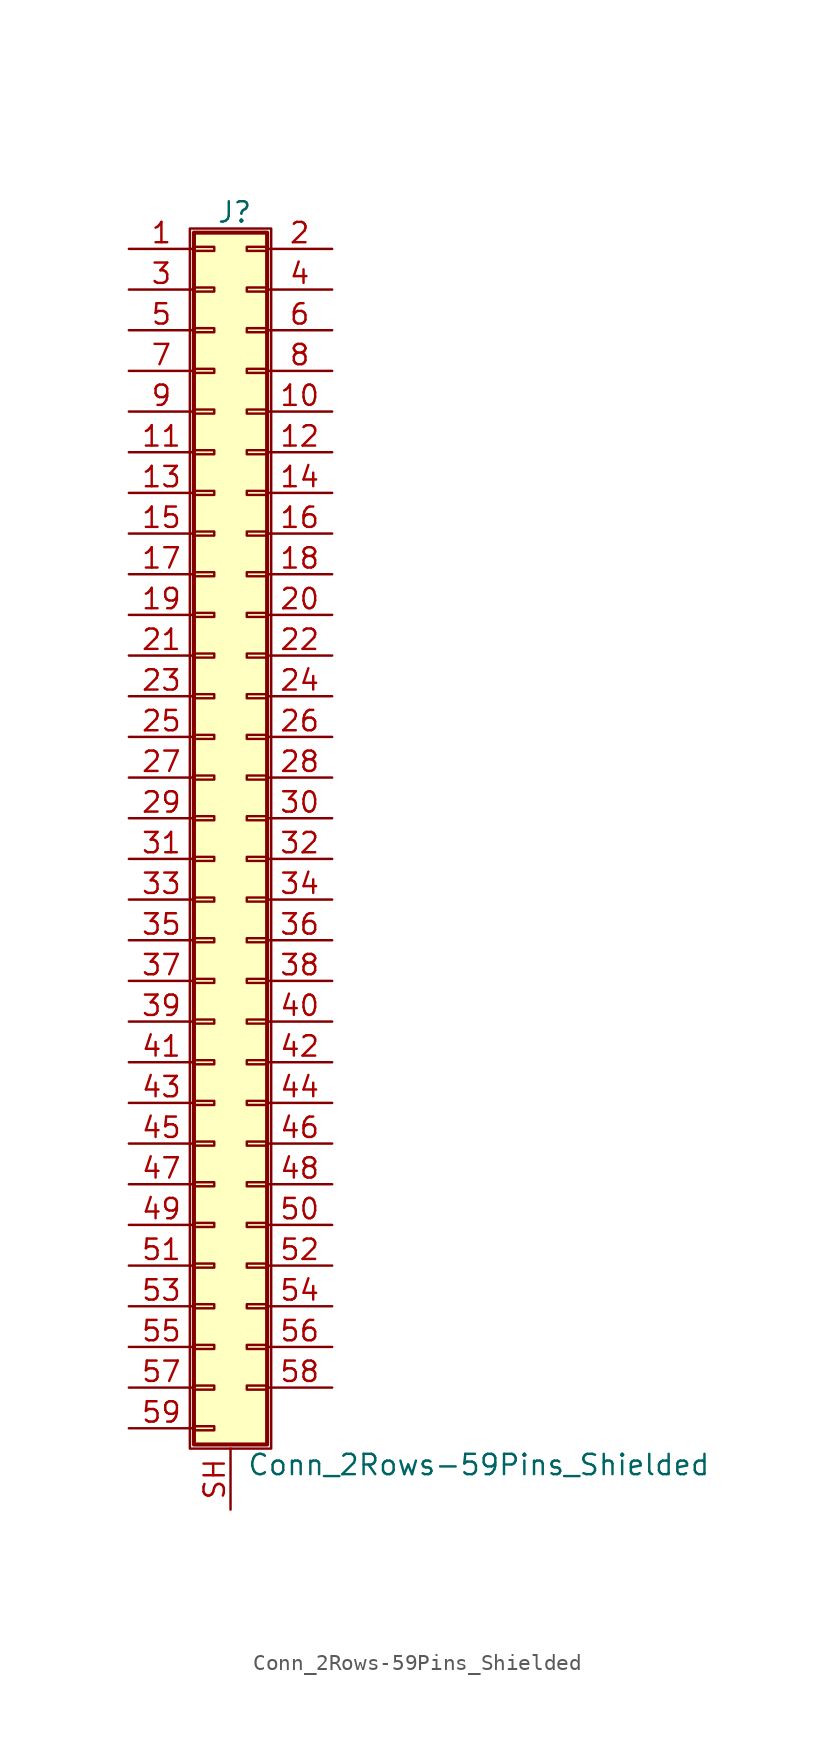
<source format=kicad_sym>
(kicad_symbol_lib
  (version 20211014)
  (generator kicad_symbol_editor)
  (symbol "Conn_2Rows-59Pins_Shielded"
    (pin_names
      (offset 1.016) hide)
    (property "Reference" "J"
      (at 1.524 37.846 0)
      (effects (font (size 1.27 1.27))))
    (property "Value" "Conn_2Rows-59Pins_Shielded"
      (at 2.286 -40.386 0)
      (effects (font (size 1.27 1.27)) (justify left)))
    (symbol "Conn_2Rows-59Pins_Shielded_1_1"
      (rectangle (start -1.27 36.83) (end 3.81 -39.37) (stroke (width 0.152) (type default) (color 0 0 0 0)) (fill (type none)))
      (rectangle (start -1.016 -37.973) (end 0.254 -38.227) (stroke (width 0.152) (type default) (color 0 0 0 0)) (fill (type none)))
      (rectangle (start -1.016 -35.433) (end 0.254 -35.687) (stroke (width 0.152) (type default) (color 0 0 0 0)) (fill (type none)))
      (rectangle (start -1.016 -32.893) (end 0.254 -33.147) (stroke (width 0.152) (type default) (color 0 0 0 0)) (fill (type none)))
      (rectangle (start -1.016 -30.353) (end 0.254 -30.607) (stroke (width 0.152) (type default) (color 0 0 0 0)) (fill (type none)))
      (rectangle (start -1.016 -27.813) (end 0.254 -28.067) (stroke (width 0.152) (type default) (color 0 0 0 0)) (fill (type none)))
      (rectangle (start -1.016 -25.273) (end 0.254 -25.527) (stroke (width 0.152) (type default) (color 0 0 0 0)) (fill (type none)))
      (rectangle (start -1.016 -22.733) (end 0.254 -22.987) (stroke (width 0.152) (type default) (color 0 0 0 0)) (fill (type none)))
      (rectangle (start -1.016 -20.193) (end 0.254 -20.447) (stroke (width 0.152) (type default) (color 0 0 0 0)) (fill (type none)))
      (rectangle (start -1.016 -17.653) (end 0.254 -17.907) (stroke (width 0.152) (type default) (color 0 0 0 0)) (fill (type none)))
      (rectangle (start -1.016 -15.113) (end 0.254 -15.367) (stroke (width 0.152) (type default) (color 0 0 0 0)) (fill (type none)))
      (rectangle (start -1.016 -12.573) (end 0.254 -12.827) (stroke (width 0.152) (type default) (color 0 0 0 0)) (fill (type none)))
      (rectangle (start -1.016 -10.033) (end 0.254 -10.287) (stroke (width 0.152) (type default) (color 0 0 0 0)) (fill (type none)))
      (rectangle (start -1.016 -7.493) (end 0.254 -7.747) (stroke (width 0.152) (type default) (color 0 0 0 0)) (fill (type none)))
      (rectangle (start -1.016 -4.953) (end 0.254 -5.207) (stroke (width 0.152) (type default) (color 0 0 0 0)) (fill (type none)))
      (rectangle (start -1.016 -2.413) (end 0.254 -2.667) (stroke (width 0.152) (type default) (color 0 0 0 0)) (fill (type none)))
      (rectangle (start -1.016 0.127) (end 0.254 -0.127) (stroke (width 0.152) (type default) (color 0 0 0 0)) (fill (type none)))
      (rectangle (start -1.016 2.667) (end 0.254 2.413) (stroke (width 0.152) (type default) (color 0 0 0 0)) (fill (type none)))
      (rectangle (start -1.016 5.207) (end 0.254 4.953) (stroke (width 0.152) (type default) (color 0 0 0 0)) (fill (type none)))
      (rectangle (start -1.016 7.747) (end 0.254 7.493) (stroke (width 0.152) (type default) (color 0 0 0 0)) (fill (type none)))
      (rectangle (start -1.016 10.287) (end 0.254 10.033) (stroke (width 0.152) (type default) (color 0 0 0 0)) (fill (type none)))
      (rectangle (start -1.016 12.827) (end 0.254 12.573) (stroke (width 0.152) (type default) (color 0 0 0 0)) (fill (type none)))
      (rectangle (start -1.016 15.367) (end 0.254 15.113) (stroke (width 0.152) (type default) (color 0 0 0 0)) (fill (type none)))
      (rectangle (start -1.016 17.907) (end 0.254 17.653) (stroke (width 0.152) (type default) (color 0 0 0 0)) (fill (type none)))
      (rectangle (start -1.016 20.447) (end 0.254 20.193) (stroke (width 0.152) (type default) (color 0 0 0 0)) (fill (type none)))
      (rectangle (start -1.016 22.987) (end 0.254 22.733) (stroke (width 0.152) (type default) (color 0 0 0 0)) (fill (type none)))
      (rectangle (start -1.016 25.527) (end 0.254 25.273) (stroke (width 0.152) (type default) (color 0 0 0 0)) (fill (type none)))
      (rectangle (start -1.016 28.067) (end 0.254 27.813) (stroke (width 0.152) (type default) (color 0 0 0 0)) (fill (type none)))
      (rectangle (start -1.016 30.607) (end 0.254 30.353) (stroke (width 0.152) (type default) (color 0 0 0 0)) (fill (type none)))
      (rectangle (start -1.016 33.147) (end 0.254 32.893) (stroke (width 0.152) (type default) (color 0 0 0 0)) (fill (type none)))
      (rectangle (start -1.016 35.687) (end 0.254 35.433) (stroke (width 0.152) (type default) (color 0 0 0 0)) (fill (type none)))
      (rectangle (start -1.016 36.576) (end 3.556 -39.116) (stroke (width 0.254) (type default) (color 0 0 0 0)) (fill (type background)))
      (rectangle (start 3.556 -35.433) (end 2.286 -35.687) (stroke (width 0.152) (type default) (color 0 0 0 0)) (fill (type none)))
      (rectangle (start 3.556 -32.893) (end 2.286 -33.147) (stroke (width 0.152) (type default) (color 0 0 0 0)) (fill (type none)))
      (rectangle (start 3.556 -30.353) (end 2.286 -30.607) (stroke (width 0.152) (type default) (color 0 0 0 0)) (fill (type none)))
      (rectangle (start 3.556 -27.813) (end 2.286 -28.067) (stroke (width 0.152) (type default) (color 0 0 0 0)) (fill (type none)))
      (rectangle (start 3.556 -25.273) (end 2.286 -25.527) (stroke (width 0.152) (type default) (color 0 0 0 0)) (fill (type none)))
      (rectangle (start 3.556 -22.733) (end 2.286 -22.987) (stroke (width 0.152) (type default) (color 0 0 0 0)) (fill (type none)))
      (rectangle (start 3.556 -20.193) (end 2.286 -20.447) (stroke (width 0.152) (type default) (color 0 0 0 0)) (fill (type none)))
      (rectangle (start 3.556 -17.653) (end 2.286 -17.907) (stroke (width 0.152) (type default) (color 0 0 0 0)) (fill (type none)))
      (rectangle (start 3.556 -15.113) (end 2.286 -15.367) (stroke (width 0.152) (type default) (color 0 0 0 0)) (fill (type none)))
      (rectangle (start 3.556 -12.573) (end 2.286 -12.827) (stroke (width 0.152) (type default) (color 0 0 0 0)) (fill (type none)))
      (rectangle (start 3.556 -10.033) (end 2.286 -10.287) (stroke (width 0.152) (type default) (color 0 0 0 0)) (fill (type none)))
      (rectangle (start 3.556 -7.493) (end 2.286 -7.747) (stroke (width 0.152) (type default) (color 0 0 0 0)) (fill (type none)))
      (rectangle (start 3.556 -4.953) (end 2.286 -5.207) (stroke (width 0.152) (type default) (color 0 0 0 0)) (fill (type none)))
      (rectangle (start 3.556 -2.413) (end 2.286 -2.667) (stroke (width 0.152) (type default) (color 0 0 0 0)) (fill (type none)))
      (rectangle (start 3.556 0.127) (end 2.286 -0.127) (stroke (width 0.152) (type default) (color 0 0 0 0)) (fill (type none)))
      (rectangle (start 3.556 2.667) (end 2.286 2.413) (stroke (width 0.152) (type default) (color 0 0 0 0)) (fill (type none)))
      (rectangle (start 3.556 5.207) (end 2.286 4.953) (stroke (width 0.152) (type default) (color 0 0 0 0)) (fill (type none)))
      (rectangle (start 3.556 7.747) (end 2.286 7.493) (stroke (width 0.152) (type default) (color 0 0 0 0)) (fill (type none)))
      (rectangle (start 3.556 10.287) (end 2.286 10.033) (stroke (width 0.152) (type default) (color 0 0 0 0)) (fill (type none)))
      (rectangle (start 3.556 12.827) (end 2.286 12.573) (stroke (width 0.152) (type default) (color 0 0 0 0)) (fill (type none)))
      (rectangle (start 3.556 15.367) (end 2.286 15.113) (stroke (width 0.152) (type default) (color 0 0 0 0)) (fill (type none)))
      (rectangle (start 3.556 17.907) (end 2.286 17.653) (stroke (width 0.152) (type default) (color 0 0 0 0)) (fill (type none)))
      (rectangle (start 3.556 20.447) (end 2.286 20.193) (stroke (width 0.152) (type default) (color 0 0 0 0)) (fill (type none)))
      (rectangle (start 3.556 22.987) (end 2.286 22.733) (stroke (width 0.152) (type default) (color 0 0 0 0)) (fill (type none)))
      (rectangle (start 3.556 25.527) (end 2.286 25.273) (stroke (width 0.152) (type default) (color 0 0 0 0)) (fill (type none)))
      (rectangle (start 3.556 28.067) (end 2.286 27.813) (stroke (width 0.152) (type default) (color 0 0 0 0)) (fill (type none)))
      (rectangle (start 3.556 30.607) (end 2.286 30.353) (stroke (width 0.152) (type default) (color 0 0 0 0)) (fill (type none)))
      (rectangle (start 3.556 33.147) (end 2.286 32.893) (stroke (width 0.152) (type default) (color 0 0 0 0)) (fill (type none)))
      (rectangle (start 3.556 35.687) (end 2.286 35.433) (stroke (width 0.152) (type default) (color 0 0 0 0)) (fill (type none)))
      (pin passive line (at -5.08 35.56 0) (length 4.064) (name "Pin_1" (effects (font (size 1.27 1.27)))) (number "1" (effects (font (size 1.27 1.27)))))
      (pin passive line (at 7.62 25.4 180) (length 4.064) (name "Pin_10" (effects (font (size 1.27 1.27)))) (number "10" (effects (font (size 1.27 1.27)))))
      (pin passive line (at -5.08 22.86 0) (length 4.064) (name "Pin_11" (effects (font (size 1.27 1.27)))) (number "11" (effects (font (size 1.27 1.27)))))
      (pin passive line (at 7.62 22.86 180) (length 4.064) (name "Pin_12" (effects (font (size 1.27 1.27)))) (number "12" (effects (font (size 1.27 1.27)))))
      (pin passive line (at -5.08 20.32 0) (length 4.064) (name "Pin_13" (effects (font (size 1.27 1.27)))) (number "13" (effects (font (size 1.27 1.27)))))
      (pin passive line (at 7.62 20.32 180) (length 4.064) (name "Pin_14" (effects (font (size 1.27 1.27)))) (number "14" (effects (font (size 1.27 1.27)))))
      (pin passive line (at -5.08 17.78 0) (length 4.064) (name "Pin_15" (effects (font (size 1.27 1.27)))) (number "15" (effects (font (size 1.27 1.27)))))
      (pin passive line (at 7.62 17.78 180) (length 4.064) (name "Pin_16" (effects (font (size 1.27 1.27)))) (number "16" (effects (font (size 1.27 1.27)))))
      (pin passive line (at -5.08 15.24 0) (length 4.064) (name "Pin_17" (effects (font (size 1.27 1.27)))) (number "17" (effects (font (size 1.27 1.27)))))
      (pin passive line (at 7.62 15.24 180) (length 4.064) (name "Pin_18" (effects (font (size 1.27 1.27)))) (number "18" (effects (font (size 1.27 1.27)))))
      (pin passive line (at -5.08 12.7 0) (length 4.064) (name "Pin_19" (effects (font (size 1.27 1.27)))) (number "19" (effects (font (size 1.27 1.27)))))
      (pin passive line (at 7.62 35.56 180) (length 4.064) (name "Pin_2" (effects (font (size 1.27 1.27)))) (number "2" (effects (font (size 1.27 1.27)))))
      (pin passive line (at 7.62 12.7 180) (length 4.064) (name "Pin_20" (effects (font (size 1.27 1.27)))) (number "20" (effects (font (size 1.27 1.27)))))
      (pin passive line (at -5.08 10.16 0) (length 4.064) (name "Pin_21" (effects (font (size 1.27 1.27)))) (number "21" (effects (font (size 1.27 1.27)))))
      (pin passive line (at 7.62 10.16 180) (length 4.064) (name "Pin_22" (effects (font (size 1.27 1.27)))) (number "22" (effects (font (size 1.27 1.27)))))
      (pin passive line (at -5.08 7.62 0) (length 4.064) (name "Pin_23" (effects (font (size 1.27 1.27)))) (number "23" (effects (font (size 1.27 1.27)))))
      (pin passive line (at 7.62 7.62 180) (length 4.064) (name "Pin_24" (effects (font (size 1.27 1.27)))) (number "24" (effects (font (size 1.27 1.27)))))
      (pin passive line (at -5.08 5.08 0) (length 4.064) (name "Pin_25" (effects (font (size 1.27 1.27)))) (number "25" (effects (font (size 1.27 1.27)))))
      (pin passive line (at 7.62 5.08 180) (length 4.064) (name "Pin_26" (effects (font (size 1.27 1.27)))) (number "26" (effects (font (size 1.27 1.27)))))
      (pin passive line (at -5.08 2.54 0) (length 4.064) (name "Pin_27" (effects (font (size 1.27 1.27)))) (number "27" (effects (font (size 1.27 1.27)))))
      (pin passive line (at 7.62 2.54 180) (length 4.064) (name "Pin_28" (effects (font (size 1.27 1.27)))) (number "28" (effects (font (size 1.27 1.27)))))
      (pin passive line (at -5.08 0 0) (length 4.064) (name "Pin_29" (effects (font (size 1.27 1.27)))) (number "29" (effects (font (size 1.27 1.27)))))
      (pin passive line (at -5.08 33.02 0) (length 4.064) (name "Pin_3" (effects (font (size 1.27 1.27)))) (number "3" (effects (font (size 1.27 1.27)))))
      (pin passive line (at 7.62 0 180) (length 4.064) (name "Pin_30" (effects (font (size 1.27 1.27)))) (number "30" (effects (font (size 1.27 1.27)))))
      (pin passive line (at -5.08 -2.54 0) (length 4.064) (name "Pin_31" (effects (font (size 1.27 1.27)))) (number "31" (effects (font (size 1.27 1.27)))))
      (pin passive line (at 7.62 -2.54 180) (length 4.064) (name "Pin_32" (effects (font (size 1.27 1.27)))) (number "32" (effects (font (size 1.27 1.27)))))
      (pin passive line (at -5.08 -5.08 0) (length 4.064) (name "Pin_33" (effects (font (size 1.27 1.27)))) (number "33" (effects (font (size 1.27 1.27)))))
      (pin passive line (at 7.62 -5.08 180) (length 4.064) (name "Pin_34" (effects (font (size 1.27 1.27)))) (number "34" (effects (font (size 1.27 1.27)))))
      (pin passive line (at -5.08 -7.62 0) (length 4.064) (name "Pin_35" (effects (font (size 1.27 1.27)))) (number "35" (effects (font (size 1.27 1.27)))))
      (pin passive line (at 7.62 -7.62 180) (length 4.064) (name "Pin_36" (effects (font (size 1.27 1.27)))) (number "36" (effects (font (size 1.27 1.27)))))
      (pin passive line (at -5.08 -10.16 0) (length 4.064) (name "Pin_37" (effects (font (size 1.27 1.27)))) (number "37" (effects (font (size 1.27 1.27)))))
      (pin passive line (at 7.62 -10.16 180) (length 4.064) (name "Pin_38" (effects (font (size 1.27 1.27)))) (number "38" (effects (font (size 1.27 1.27)))))
      (pin passive line (at -5.08 -12.7 0) (length 4.064) (name "Pin_39" (effects (font (size 1.27 1.27)))) (number "39" (effects (font (size 1.27 1.27)))))
      (pin passive line (at 7.62 33.02 180) (length 4.064) (name "Pin_4" (effects (font (size 1.27 1.27)))) (number "4" (effects (font (size 1.27 1.27)))))
      (pin passive line (at 7.62 -12.7 180) (length 4.064) (name "Pin_40" (effects (font (size 1.27 1.27)))) (number "40" (effects (font (size 1.27 1.27)))))
      (pin passive line (at -5.08 -15.24 0) (length 4.064) (name "Pin_41" (effects (font (size 1.27 1.27)))) (number "41" (effects (font (size 1.27 1.27)))))
      (pin passive line (at 7.62 -15.24 180) (length 4.064) (name "Pin_42" (effects (font (size 1.27 1.27)))) (number "42" (effects (font (size 1.27 1.27)))))
      (pin passive line (at -5.08 -17.78 0) (length 4.064) (name "Pin_43" (effects (font (size 1.27 1.27)))) (number "43" (effects (font (size 1.27 1.27)))))
      (pin passive line (at 7.62 -17.78 180) (length 4.064) (name "Pin_44" (effects (font (size 1.27 1.27)))) (number "44" (effects (font (size 1.27 1.27)))))
      (pin passive line (at -5.08 -20.32 0) (length 4.064) (name "Pin_45" (effects (font (size 1.27 1.27)))) (number "45" (effects (font (size 1.27 1.27)))))
      (pin passive line (at 7.62 -20.32 180) (length 4.064) (name "Pin_46" (effects (font (size 1.27 1.27)))) (number "46" (effects (font (size 1.27 1.27)))))
      (pin passive line (at -5.08 -22.86 0) (length 4.064) (name "Pin_47" (effects (font (size 1.27 1.27)))) (number "47" (effects (font (size 1.27 1.27)))))
      (pin passive line (at 7.62 -22.86 180) (length 4.064) (name "Pin_48" (effects (font (size 1.27 1.27)))) (number "48" (effects (font (size 1.27 1.27)))))
      (pin passive line (at -5.08 -25.4 0) (length 4.064) (name "Pin_49" (effects (font (size 1.27 1.27)))) (number "49" (effects (font (size 1.27 1.27)))))
      (pin passive line (at -5.08 30.48 0) (length 4.064) (name "Pin_5" (effects (font (size 1.27 1.27)))) (number "5" (effects (font (size 1.27 1.27)))))
      (pin passive line (at 7.62 -25.4 180) (length 4.064) (name "Pin_50" (effects (font (size 1.27 1.27)))) (number "50" (effects (font (size 1.27 1.27)))))
      (pin passive line (at -5.08 -27.94 0) (length 4.064) (name "Pin_51" (effects (font (size 1.27 1.27)))) (number "51" (effects (font (size 1.27 1.27)))))
      (pin passive line (at 7.62 -27.94 180) (length 4.064) (name "Pin_52" (effects (font (size 1.27 1.27)))) (number "52" (effects (font (size 1.27 1.27)))))
      (pin passive line (at -5.08 -30.48 0) (length 4.064) (name "Pin_53" (effects (font (size 1.27 1.27)))) (number "53" (effects (font (size 1.27 1.27)))))
      (pin passive line (at 7.62 -30.48 180) (length 4.064) (name "Pin_54" (effects (font (size 1.27 1.27)))) (number "54" (effects (font (size 1.27 1.27)))))
      (pin passive line (at -5.08 -33.02 0) (length 4.064) (name "Pin_55" (effects (font (size 1.27 1.27)))) (number "55" (effects (font (size 1.27 1.27)))))
      (pin passive line (at 7.62 -33.02 180) (length 4.064) (name "Pin_56" (effects (font (size 1.27 1.27)))) (number "56" (effects (font (size 1.27 1.27)))))
      (pin passive line (at -5.08 -35.56 0) (length 4.064) (name "Pin_57" (effects (font (size 1.27 1.27)))) (number "57" (effects (font (size 1.27 1.27)))))
      (pin passive line (at 7.62 -35.56 180) (length 4.064) (name "Pin_58" (effects (font (size 1.27 1.27)))) (number "58" (effects (font (size 1.27 1.27)))))
      (pin passive line (at -5.08 -38.1 0) (length 4.064) (name "Pin_59" (effects (font (size 1.27 1.27)))) (number "59" (effects (font (size 1.27 1.27)))))
      (pin passive line (at 7.62 30.48 180) (length 4.064) (name "Pin_6" (effects (font (size 1.27 1.27)))) (number "6" (effects (font (size 1.27 1.27)))))
      (pin passive line (at -5.08 27.94 0) (length 4.064) (name "Pin_7" (effects (font (size 1.27 1.27)))) (number "7" (effects (font (size 1.27 1.27)))))
      (pin passive line (at 7.62 27.94 180) (length 4.064) (name "Pin_8" (effects (font (size 1.27 1.27)))) (number "8" (effects (font (size 1.27 1.27)))))
      (pin passive line (at -5.08 25.4 0) (length 4.064) (name "Pin_9" (effects (font (size 1.27 1.27)))) (number "9" (effects (font (size 1.27 1.27)))))
      (pin passive line (at 1.27 -43.18 90) (length 3.81) (name "Shield" (effects (font (size 1.27 1.27)))) (number "SH" (effects (font (size 1.27 1.27))))))))
</source>
